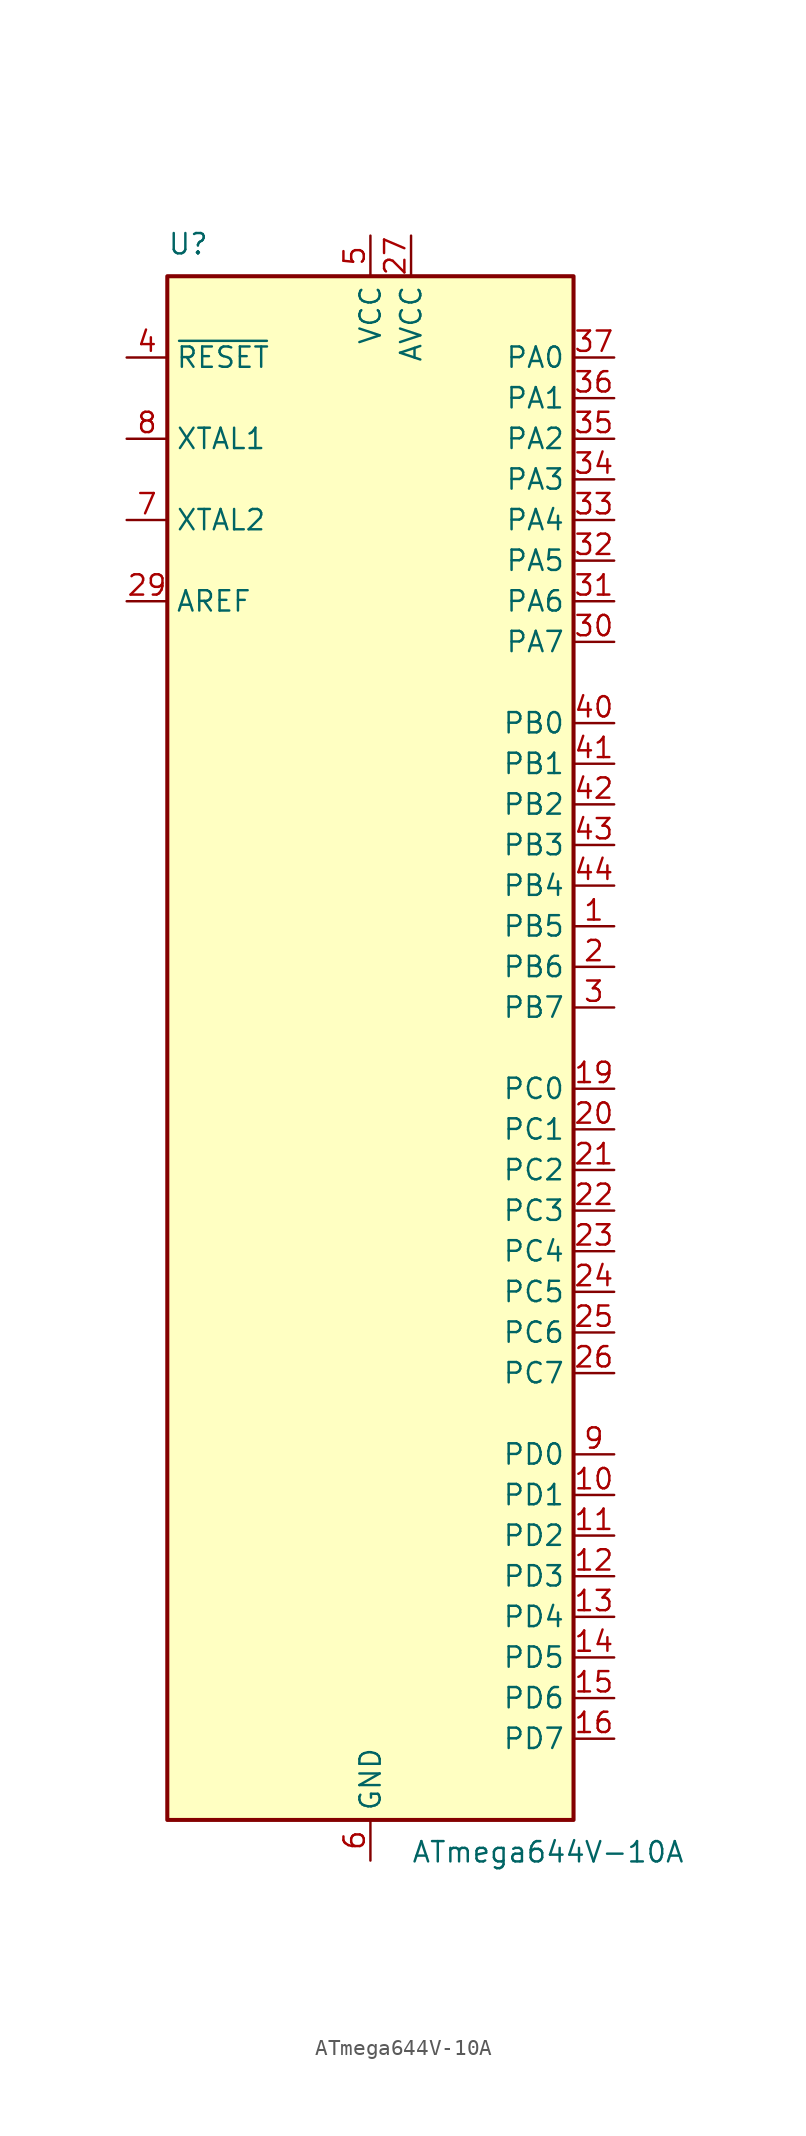
<source format=kicad_sym>
(kicad_symbol_lib
  (version 20211014)
  (generator kicad_symbol_editor)
  (symbol "ATmega644V-10A"
    (property "Reference" "U"
      (at -12.7 49.53 0)
      (effects (font (size 1.27 1.27)) (justify left bottom)))
    (property "Value" "ATmega644V-10A"
      (at 2.54 -49.53 0)
      (effects (font (size 1.27 1.27)) (justify left top)))
    (symbol "ATmega644V-10A_0_1"
      (rectangle (start -12.7 -48.26) (end 12.7 48.26) (stroke (width 0.254) (type default) (color 0 0 0 0)) (fill (type background))))
    (symbol "ATmega644V-10A_1_1"
      (pin bidirectional line (at 15.24 7.62 180) (length 2.54) (name "PB5" (effects (font (size 1.27 1.27)))) (number "1" (effects (font (size 1.27 1.27)))))
      (pin bidirectional line (at 15.24 -27.94 180) (length 2.54) (name "PD1" (effects (font (size 1.27 1.27)))) (number "10" (effects (font (size 1.27 1.27)))))
      (pin bidirectional line (at 15.24 -30.48 180) (length 2.54) (name "PD2" (effects (font (size 1.27 1.27)))) (number "11" (effects (font (size 1.27 1.27)))))
      (pin bidirectional line (at 15.24 -33.02 180) (length 2.54) (name "PD3" (effects (font (size 1.27 1.27)))) (number "12" (effects (font (size 1.27 1.27)))))
      (pin bidirectional line (at 15.24 -35.56 180) (length 2.54) (name "PD4" (effects (font (size 1.27 1.27)))) (number "13" (effects (font (size 1.27 1.27)))))
      (pin bidirectional line (at 15.24 -38.1 180) (length 2.54) (name "PD5" (effects (font (size 1.27 1.27)))) (number "14" (effects (font (size 1.27 1.27)))))
      (pin bidirectional line (at 15.24 -40.64 180) (length 2.54) (name "PD6" (effects (font (size 1.27 1.27)))) (number "15" (effects (font (size 1.27 1.27)))))
      (pin bidirectional line (at 15.24 -43.18 180) (length 2.54) (name "PD7" (effects (font (size 1.27 1.27)))) (number "16" (effects (font (size 1.27 1.27)))))
      (pin passive line (at 0 50.8 270) (length 2.54) hide (name "VCC" (effects (font (size 1.27 1.27)))) (number "17" (effects (font (size 1.27 1.27)))))
      (pin passive line (at 0 -50.8 90) (length 2.54) hide (name "GND" (effects (font (size 1.27 1.27)))) (number "18" (effects (font (size 1.27 1.27)))))
      (pin bidirectional line (at 15.24 -2.54 180) (length 2.54) (name "PC0" (effects (font (size 1.27 1.27)))) (number "19" (effects (font (size 1.27 1.27)))))
      (pin bidirectional line (at 15.24 5.08 180) (length 2.54) (name "PB6" (effects (font (size 1.27 1.27)))) (number "2" (effects (font (size 1.27 1.27)))))
      (pin bidirectional line (at 15.24 -5.08 180) (length 2.54) (name "PC1" (effects (font (size 1.27 1.27)))) (number "20" (effects (font (size 1.27 1.27)))))
      (pin bidirectional line (at 15.24 -7.62 180) (length 2.54) (name "PC2" (effects (font (size 1.27 1.27)))) (number "21" (effects (font (size 1.27 1.27)))))
      (pin bidirectional line (at 15.24 -10.16 180) (length 2.54) (name "PC3" (effects (font (size 1.27 1.27)))) (number "22" (effects (font (size 1.27 1.27)))))
      (pin bidirectional line (at 15.24 -12.7 180) (length 2.54) (name "PC4" (effects (font (size 1.27 1.27)))) (number "23" (effects (font (size 1.27 1.27)))))
      (pin bidirectional line (at 15.24 -15.24 180) (length 2.54) (name "PC5" (effects (font (size 1.27 1.27)))) (number "24" (effects (font (size 1.27 1.27)))))
      (pin bidirectional line (at 15.24 -17.78 180) (length 2.54) (name "PC6" (effects (font (size 1.27 1.27)))) (number "25" (effects (font (size 1.27 1.27)))))
      (pin bidirectional line (at 15.24 -20.32 180) (length 2.54) (name "PC7" (effects (font (size 1.27 1.27)))) (number "26" (effects (font (size 1.27 1.27)))))
      (pin power_in line (at 2.54 50.8 270) (length 2.54) (name "AVCC" (effects (font (size 1.27 1.27)))) (number "27" (effects (font (size 1.27 1.27)))))
      (pin passive line (at 0 -50.8 90) (length 2.54) hide (name "GND" (effects (font (size 1.27 1.27)))) (number "28" (effects (font (size 1.27 1.27)))))
      (pin passive line (at -15.24 27.94 0) (length 2.54) (name "AREF" (effects (font (size 1.27 1.27)))) (number "29" (effects (font (size 1.27 1.27)))))
      (pin bidirectional line (at 15.24 2.54 180) (length 2.54) (name "PB7" (effects (font (size 1.27 1.27)))) (number "3" (effects (font (size 1.27 1.27)))))
      (pin bidirectional line (at 15.24 25.4 180) (length 2.54) (name "PA7" (effects (font (size 1.27 1.27)))) (number "30" (effects (font (size 1.27 1.27)))))
      (pin bidirectional line (at 15.24 27.94 180) (length 2.54) (name "PA6" (effects (font (size 1.27 1.27)))) (number "31" (effects (font (size 1.27 1.27)))))
      (pin bidirectional line (at 15.24 30.48 180) (length 2.54) (name "PA5" (effects (font (size 1.27 1.27)))) (number "32" (effects (font (size 1.27 1.27)))))
      (pin bidirectional line (at 15.24 33.02 180) (length 2.54) (name "PA4" (effects (font (size 1.27 1.27)))) (number "33" (effects (font (size 1.27 1.27)))))
      (pin bidirectional line (at 15.24 35.56 180) (length 2.54) (name "PA3" (effects (font (size 1.27 1.27)))) (number "34" (effects (font (size 1.27 1.27)))))
      (pin bidirectional line (at 15.24 38.1 180) (length 2.54) (name "PA2" (effects (font (size 1.27 1.27)))) (number "35" (effects (font (size 1.27 1.27)))))
      (pin bidirectional line (at 15.24 40.64 180) (length 2.54) (name "PA1" (effects (font (size 1.27 1.27)))) (number "36" (effects (font (size 1.27 1.27)))))
      (pin bidirectional line (at 15.24 43.18 180) (length 2.54) (name "PA0" (effects (font (size 1.27 1.27)))) (number "37" (effects (font (size 1.27 1.27)))))
      (pin passive line (at 0 50.8 270) (length 2.54) hide (name "VCC" (effects (font (size 1.27 1.27)))) (number "38" (effects (font (size 1.27 1.27)))))
      (pin passive line (at 0 -50.8 90) (length 2.54) hide (name "GND" (effects (font (size 1.27 1.27)))) (number "39" (effects (font (size 1.27 1.27)))))
      (pin input line (at -15.24 43.18 0) (length 2.54) (name "~{RESET}" (effects (font (size 1.27 1.27)))) (number "4" (effects (font (size 1.27 1.27)))))
      (pin bidirectional line (at 15.24 20.32 180) (length 2.54) (name "PB0" (effects (font (size 1.27 1.27)))) (number "40" (effects (font (size 1.27 1.27)))))
      (pin bidirectional line (at 15.24 17.78 180) (length 2.54) (name "PB1" (effects (font (size 1.27 1.27)))) (number "41" (effects (font (size 1.27 1.27)))))
      (pin bidirectional line (at 15.24 15.24 180) (length 2.54) (name "PB2" (effects (font (size 1.27 1.27)))) (number "42" (effects (font (size 1.27 1.27)))))
      (pin bidirectional line (at 15.24 12.7 180) (length 2.54) (name "PB3" (effects (font (size 1.27 1.27)))) (number "43" (effects (font (size 1.27 1.27)))))
      (pin bidirectional line (at 15.24 10.16 180) (length 2.54) (name "PB4" (effects (font (size 1.27 1.27)))) (number "44" (effects (font (size 1.27 1.27)))))
      (pin power_in line (at 0 50.8 270) (length 2.54) (name "VCC" (effects (font (size 1.27 1.27)))) (number "5" (effects (font (size 1.27 1.27)))))
      (pin power_in line (at 0 -50.8 90) (length 2.54) (name "GND" (effects (font (size 1.27 1.27)))) (number "6" (effects (font (size 1.27 1.27)))))
      (pin output line (at -15.24 33.02 0) (length 2.54) (name "XTAL2" (effects (font (size 1.27 1.27)))) (number "7" (effects (font (size 1.27 1.27)))))
      (pin input line (at -15.24 38.1 0) (length 2.54) (name "XTAL1" (effects (font (size 1.27 1.27)))) (number "8" (effects (font (size 1.27 1.27)))))
      (pin bidirectional line (at 15.24 -25.4 180) (length 2.54) (name "PD0" (effects (font (size 1.27 1.27)))) (number "9" (effects (font (size 1.27 1.27))))))))
</source>
